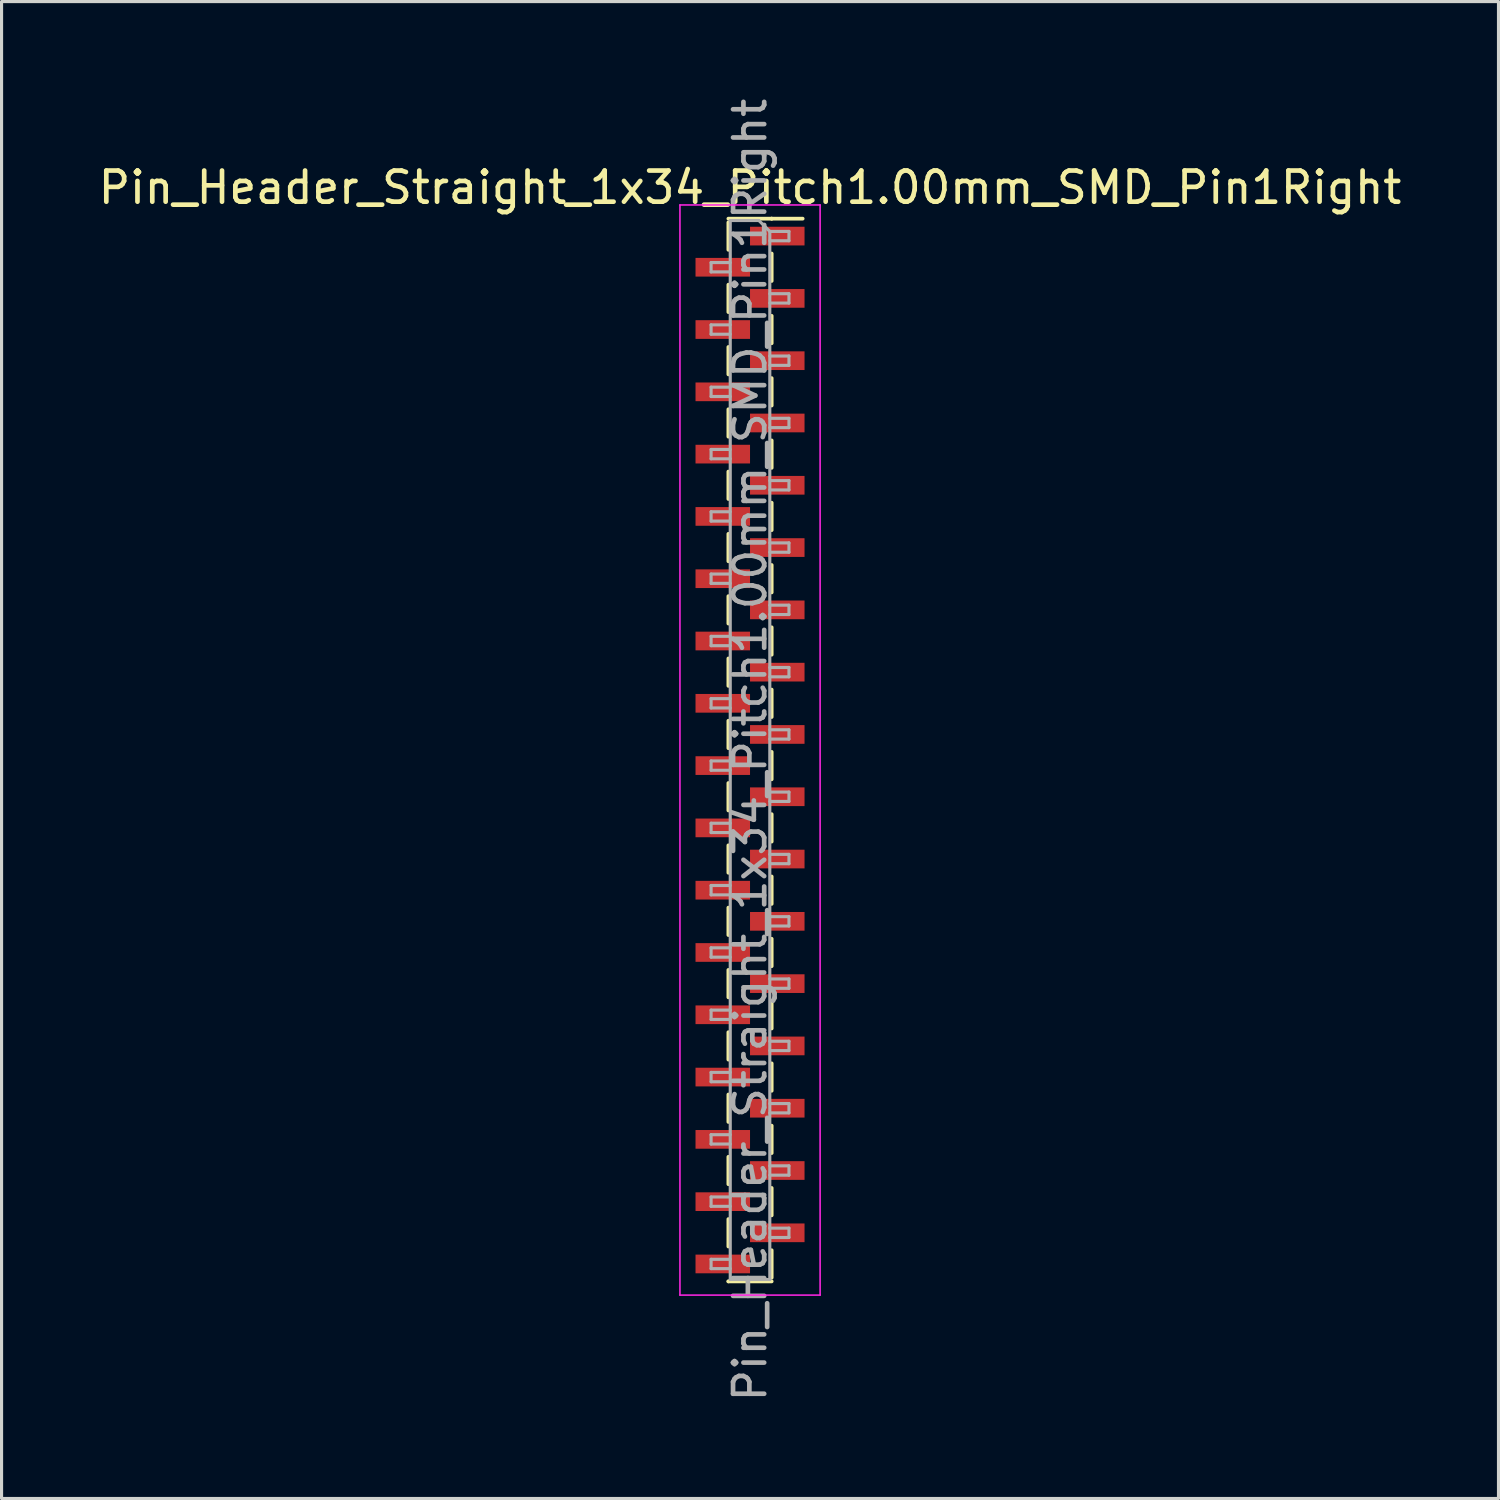
<source format=kicad_pcb>
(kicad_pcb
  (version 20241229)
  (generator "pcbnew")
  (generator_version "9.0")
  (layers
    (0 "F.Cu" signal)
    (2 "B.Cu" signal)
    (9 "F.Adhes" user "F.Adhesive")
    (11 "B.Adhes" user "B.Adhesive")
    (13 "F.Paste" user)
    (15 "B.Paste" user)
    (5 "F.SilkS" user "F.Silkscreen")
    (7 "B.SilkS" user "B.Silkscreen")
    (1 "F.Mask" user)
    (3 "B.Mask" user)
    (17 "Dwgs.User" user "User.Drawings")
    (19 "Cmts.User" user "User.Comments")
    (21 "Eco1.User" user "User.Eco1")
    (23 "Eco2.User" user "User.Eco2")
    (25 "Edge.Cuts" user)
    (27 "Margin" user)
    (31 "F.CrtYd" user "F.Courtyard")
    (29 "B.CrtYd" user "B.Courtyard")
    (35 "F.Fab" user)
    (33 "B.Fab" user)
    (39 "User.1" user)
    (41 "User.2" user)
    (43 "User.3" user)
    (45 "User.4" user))
  (footprint "Pin_Header_Straight_1x34_Pitch1.00mm_SMD_Pin1Right"
    (layer "F.Cu")
    (at 21.03 21.03)
    (property "Reference" "Pin_Header_Straight_1x34_Pitch1.00mm_SMD_Pin1Right" (at 0 -18.06 0) (layer "F.SilkS") (effects (font (size 1 1) (thickness 0.15))))
    (attr smd)
    (fp_line (start -0.695 -17.06) (end 0.695 -17.06) (stroke (width 0.12) (type solid)) (layer "F.SilkS"))
    (fp_line (start -0.695 -16.94) (end -0.695 -16.06) (stroke (width 0.12) (type solid)) (layer "F.SilkS"))
    (fp_line (start -0.695 -14.94) (end -0.695 -14.06) (stroke (width 0.12) (type solid)) (layer "F.SilkS"))
    (fp_line (start -0.695 -12.94) (end -0.695 -12.06) (stroke (width 0.12) (type solid)) (layer "F.SilkS"))
    (fp_line (start -0.695 -10.94) (end -0.695 -10.06) (stroke (width 0.12) (type solid)) (layer "F.SilkS"))
    (fp_line (start -0.695 -8.94) (end -0.695 -8.06) (stroke (width 0.12) (type solid)) (layer "F.SilkS"))
    (fp_line (start -0.695 -6.94) (end -0.695 -6.06) (stroke (width 0.12) (type solid)) (layer "F.SilkS"))
    (fp_line (start -0.695 -4.94) (end -0.695 -4.06) (stroke (width 0.12) (type solid)) (layer "F.SilkS"))
    (fp_line (start -0.695 -2.94) (end -0.695 -2.06) (stroke (width 0.12) (type solid)) (layer "F.SilkS"))
    (fp_line (start -0.695 -0.94) (end -0.695 -0.06) (stroke (width 0.12) (type solid)) (layer "F.SilkS"))
    (fp_line (start -0.695 1.06) (end -0.695 1.94) (stroke (width 0.12) (type solid)) (layer "F.SilkS"))
    (fp_line (start -0.695 3.06) (end -0.695 3.94) (stroke (width 0.12) (type solid)) (layer "F.SilkS"))
    (fp_line (start -0.695 5.06) (end -0.695 5.94) (stroke (width 0.12) (type solid)) (layer "F.SilkS"))
    (fp_line (start -0.695 7.06) (end -0.695 7.94) (stroke (width 0.12) (type solid)) (layer "F.SilkS"))
    (fp_line (start -0.695 9.06) (end -0.695 9.94) (stroke (width 0.12) (type solid)) (layer "F.SilkS"))
    (fp_line (start -0.695 11.06) (end -0.695 11.94) (stroke (width 0.12) (type solid)) (layer "F.SilkS"))
    (fp_line (start -0.695 13.06) (end -0.695 13.94) (stroke (width 0.12) (type solid)) (layer "F.SilkS"))
    (fp_line (start -0.695 15.06) (end -0.695 15.94) (stroke (width 0.12) (type solid)) (layer "F.SilkS"))
    (fp_line (start -0.695 17.06) (end -0.695 17.06) (stroke (width 0.12) (type solid)) (layer "F.SilkS"))
    (fp_line (start -0.695 17.06) (end 0.695 17.06) (stroke (width 0.12) (type solid)) (layer "F.SilkS"))
    (fp_line (start 0.695 -17.06) (end 0.695 -17.06) (stroke (width 0.12) (type solid)) (layer "F.SilkS"))
    (fp_line (start 0.695 -17.06) (end 1.69 -17.06) (stroke (width 0.12) (type solid)) (layer "F.SilkS"))
    (fp_line (start 0.695 -15.94) (end 0.695 -15.06) (stroke (width 0.12) (type solid)) (layer "F.SilkS"))
    (fp_line (start 0.695 -13.94) (end 0.695 -13.06) (stroke (width 0.12) (type solid)) (layer "F.SilkS"))
    (fp_line (start 0.695 -11.94) (end 0.695 -11.06) (stroke (width 0.12) (type solid)) (layer "F.SilkS"))
    (fp_line (start 0.695 -9.94) (end 0.695 -9.06) (stroke (width 0.12) (type solid)) (layer "F.SilkS"))
    (fp_line (start 0.695 -7.94) (end 0.695 -7.06) (stroke (width 0.12) (type solid)) (layer "F.SilkS"))
    (fp_line (start 0.695 -5.94) (end 0.695 -5.06) (stroke (width 0.12) (type solid)) (layer "F.SilkS"))
    (fp_line (start 0.695 -3.94) (end 0.695 -3.06) (stroke (width 0.12) (type solid)) (layer "F.SilkS"))
    (fp_line (start 0.695 -1.94) (end 0.695 -1.06) (stroke (width 0.12) (type solid)) (layer "F.SilkS"))
    (fp_line (start 0.695 0.06) (end 0.695 0.94) (stroke (width 0.12) (type solid)) (layer "F.SilkS"))
    (fp_line (start 0.695 2.06) (end 0.695 2.94) (stroke (width 0.12) (type solid)) (layer "F.SilkS"))
    (fp_line (start 0.695 4.06) (end 0.695 4.94) (stroke (width 0.12) (type solid)) (layer "F.SilkS"))
    (fp_line (start 0.695 6.06) (end 0.695 6.94) (stroke (width 0.12) (type solid)) (layer "F.SilkS"))
    (fp_line (start 0.695 8.06) (end 0.695 8.94) (stroke (width 0.12) (type solid)) (layer "F.SilkS"))
    (fp_line (start 0.695 10.06) (end 0.695 10.94) (stroke (width 0.12) (type solid)) (layer "F.SilkS"))
    (fp_line (start 0.695 12.06) (end 0.695 12.94) (stroke (width 0.12) (type solid)) (layer "F.SilkS"))
    (fp_line (start 0.695 14.06) (end 0.695 14.94) (stroke (width 0.12) (type solid)) (layer "F.SilkS"))
    (fp_line (start 0.695 16.06) (end 0.695 16.94) (stroke (width 0.12) (type solid)) (layer "F.SilkS"))
    (fp_line (start -2.25 -17.5) (end -2.25 17.5) (stroke (width 0.05) (type solid)) (layer "F.CrtYd"))
    (fp_line (start -2.25 17.5) (end 2.25 17.5) (stroke (width 0.05) (type solid)) (layer "F.CrtYd"))
    (fp_line (start 2.25 -17.5) (end -2.25 -17.5) (stroke (width 0.05) (type solid)) (layer "F.CrtYd"))
    (fp_line (start 2.25 17.5) (end 2.25 -17.5) (stroke (width 0.05) (type solid)) (layer "F.CrtYd"))
    (fp_line (start -1.25 -15.65) (end -1.25 -15.35) (stroke (width 0.1) (type solid)) (layer "F.Fab"))
    (fp_line (start -1.25 -15.35) (end -0.635 -15.35) (stroke (width 0.1) (type solid)) (layer "F.Fab"))
    (fp_line (start -1.25 -13.65) (end -1.25 -13.35) (stroke (width 0.1) (type solid)) (layer "F.Fab"))
    (fp_line (start -1.25 -13.35) (end -0.635 -13.35) (stroke (width 0.1) (type solid)) (layer "F.Fab"))
    (fp_line (start -1.25 -11.65) (end -1.25 -11.35) (stroke (width 0.1) (type solid)) (layer "F.Fab"))
    (fp_line (start -1.25 -11.35) (end -0.635 -11.35) (stroke (width 0.1) (type solid)) (layer "F.Fab"))
    (fp_line (start -1.25 -9.65) (end -1.25 -9.35) (stroke (width 0.1) (type solid)) (layer "F.Fab"))
    (fp_line (start -1.25 -9.35) (end -0.635 -9.35) (stroke (width 0.1) (type solid)) (layer "F.Fab"))
    (fp_line (start -1.25 -7.65) (end -1.25 -7.35) (stroke (width 0.1) (type solid)) (layer "F.Fab"))
    (fp_line (start -1.25 -7.35) (end -0.635 -7.35) (stroke (width 0.1) (type solid)) (layer "F.Fab"))
    (fp_line (start -1.25 -5.65) (end -1.25 -5.35) (stroke (width 0.1) (type solid)) (layer "F.Fab"))
    (fp_line (start -1.25 -5.35) (end -0.635 -5.35) (stroke (width 0.1) (type solid)) (layer "F.Fab"))
    (fp_line (start -1.25 -3.65) (end -1.25 -3.35) (stroke (width 0.1) (type solid)) (layer "F.Fab"))
    (fp_line (start -1.25 -3.35) (end -0.635 -3.35) (stroke (width 0.1) (type solid)) (layer "F.Fab"))
    (fp_line (start -1.25 -1.65) (end -1.25 -1.35) (stroke (width 0.1) (type solid)) (layer "F.Fab"))
    (fp_line (start -1.25 -1.35) (end -0.635 -1.35) (stroke (width 0.1) (type solid)) (layer "F.Fab"))
    (fp_line (start -1.25 0.35) (end -1.25 0.65) (stroke (width 0.1) (type solid)) (layer "F.Fab"))
    (fp_line (start -1.25 0.65) (end -0.635 0.65) (stroke (width 0.1) (type solid)) (layer "F.Fab"))
    (fp_line (start -1.25 2.35) (end -1.25 2.65) (stroke (width 0.1) (type solid)) (layer "F.Fab"))
    (fp_line (start -1.25 2.65) (end -0.635 2.65) (stroke (width 0.1) (type solid)) (layer "F.Fab"))
    (fp_line (start -1.25 4.35) (end -1.25 4.65) (stroke (width 0.1) (type solid)) (layer "F.Fab"))
    (fp_line (start -1.25 4.65) (end -0.635 4.65) (stroke (width 0.1) (type solid)) (layer "F.Fab"))
    (fp_line (start -1.25 6.35) (end -1.25 6.65) (stroke (width 0.1) (type solid)) (layer "F.Fab"))
    (fp_line (start -1.25 6.65) (end -0.635 6.65) (stroke (width 0.1) (type solid)) (layer "F.Fab"))
    (fp_line (start -1.25 8.35) (end -1.25 8.65) (stroke (width 0.1) (type solid)) (layer "F.Fab"))
    (fp_line (start -1.25 8.65) (end -0.635 8.65) (stroke (width 0.1) (type solid)) (layer "F.Fab"))
    (fp_line (start -1.25 10.35) (end -1.25 10.65) (stroke (width 0.1) (type solid)) (layer "F.Fab"))
    (fp_line (start -1.25 10.65) (end -0.635 10.65) (stroke (width 0.1) (type solid)) (layer "F.Fab"))
    (fp_line (start -1.25 12.35) (end -1.25 12.65) (stroke (width 0.1) (type solid)) (layer "F.Fab"))
    (fp_line (start -1.25 12.65) (end -0.635 12.65) (stroke (width 0.1) (type solid)) (layer "F.Fab"))
    (fp_line (start -1.25 14.35) (end -1.25 14.65) (stroke (width 0.1) (type solid)) (layer "F.Fab"))
    (fp_line (start -1.25 14.65) (end -0.635 14.65) (stroke (width 0.1) (type solid)) (layer "F.Fab"))
    (fp_line (start -1.25 16.35) (end -1.25 16.65) (stroke (width 0.1) (type solid)) (layer "F.Fab"))
    (fp_line (start -1.25 16.65) (end -0.635 16.65) (stroke (width 0.1) (type solid)) (layer "F.Fab"))
    (fp_line (start -0.635 -17) (end -0.635 17) (stroke (width 0.1) (type solid)) (layer "F.Fab"))
    (fp_line (start -0.635 -17) (end 0.285 -17) (stroke (width 0.1) (type solid)) (layer "F.Fab"))
    (fp_line (start -0.635 -15.65) (end -1.25 -15.65) (stroke (width 0.1) (type solid)) (layer "F.Fab"))
    (fp_line (start -0.635 -13.65) (end -1.25 -13.65) (stroke (width 0.1) (type solid)) (layer "F.Fab"))
    (fp_line (start -0.635 -11.65) (end -1.25 -11.65) (stroke (width 0.1) (type solid)) (layer "F.Fab"))
    (fp_line (start -0.635 -9.65) (end -1.25 -9.65) (stroke (width 0.1) (type solid)) (layer "F.Fab"))
    (fp_line (start -0.635 -7.65) (end -1.25 -7.65) (stroke (width 0.1) (type solid)) (layer "F.Fab"))
    (fp_line (start -0.635 -5.65) (end -1.25 -5.65) (stroke (width 0.1) (type solid)) (layer "F.Fab"))
    (fp_line (start -0.635 -3.65) (end -1.25 -3.65) (stroke (width 0.1) (type solid)) (layer "F.Fab"))
    (fp_line (start -0.635 -1.65) (end -1.25 -1.65) (stroke (width 0.1) (type solid)) (layer "F.Fab"))
    (fp_line (start -0.635 0.35) (end -1.25 0.35) (stroke (width 0.1) (type solid)) (layer "F.Fab"))
    (fp_line (start -0.635 2.35) (end -1.25 2.35) (stroke (width 0.1) (type solid)) (layer "F.Fab"))
    (fp_line (start -0.635 4.35) (end -1.25 4.35) (stroke (width 0.1) (type solid)) (layer "F.Fab"))
    (fp_line (start -0.635 6.35) (end -1.25 6.35) (stroke (width 0.1) (type solid)) (layer "F.Fab"))
    (fp_line (start -0.635 8.35) (end -1.25 8.35) (stroke (width 0.1) (type solid)) (layer "F.Fab"))
    (fp_line (start -0.635 10.35) (end -1.25 10.35) (stroke (width 0.1) (type solid)) (layer "F.Fab"))
    (fp_line (start -0.635 12.35) (end -1.25 12.35) (stroke (width 0.1) (type solid)) (layer "F.Fab"))
    (fp_line (start -0.635 14.35) (end -1.25 14.35) (stroke (width 0.1) (type solid)) (layer "F.Fab"))
    (fp_line (start -0.635 16.35) (end -1.25 16.35) (stroke (width 0.1) (type solid)) (layer "F.Fab"))
    (fp_line (start 0.635 -16.65) (end 0.285 -17) (stroke (width 0.1) (type solid)) (layer "F.Fab"))
    (fp_line (start 0.635 -16.65) (end 1.25 -16.65) (stroke (width 0.1) (type solid)) (layer "F.Fab"))
    (fp_line (start 0.635 -14.65) (end 1.25 -14.65) (stroke (width 0.1) (type solid)) (layer "F.Fab"))
    (fp_line (start 0.635 -12.65) (end 1.25 -12.65) (stroke (width 0.1) (type solid)) (layer "F.Fab"))
    (fp_line (start 0.635 -10.65) (end 1.25 -10.65) (stroke (width 0.1) (type solid)) (layer "F.Fab"))
    (fp_line (start 0.635 -8.65) (end 1.25 -8.65) (stroke (width 0.1) (type solid)) (layer "F.Fab"))
    (fp_line (start 0.635 -6.65) (end 1.25 -6.65) (stroke (width 0.1) (type solid)) (layer "F.Fab"))
    (fp_line (start 0.635 -4.65) (end 1.25 -4.65) (stroke (width 0.1) (type solid)) (layer "F.Fab"))
    (fp_line (start 0.635 -2.65) (end 1.25 -2.65) (stroke (width 0.1) (type solid)) (layer "F.Fab"))
    (fp_line (start 0.635 -0.65) (end 1.25 -0.65) (stroke (width 0.1) (type solid)) (layer "F.Fab"))
    (fp_line (start 0.635 1.35) (end 1.25 1.35) (stroke (width 0.1) (type solid)) (layer "F.Fab"))
    (fp_line (start 0.635 3.35) (end 1.25 3.35) (stroke (width 0.1) (type solid)) (layer "F.Fab"))
    (fp_line (start 0.635 5.35) (end 1.25 5.35) (stroke (width 0.1) (type solid)) (layer "F.Fab"))
    (fp_line (start 0.635 7.35) (end 1.25 7.35) (stroke (width 0.1) (type solid)) (layer "F.Fab"))
    (fp_line (start 0.635 9.35) (end 1.25 9.35) (stroke (width 0.1) (type solid)) (layer "F.Fab"))
    (fp_line (start 0.635 11.35) (end 1.25 11.35) (stroke (width 0.1) (type solid)) (layer "F.Fab"))
    (fp_line (start 0.635 13.35) (end 1.25 13.35) (stroke (width 0.1) (type solid)) (layer "F.Fab"))
    (fp_line (start 0.635 15.35) (end 1.25 15.35) (stroke (width 0.1) (type solid)) (layer "F.Fab"))
    (fp_line (start 0.635 17) (end -0.635 17) (stroke (width 0.1) (type solid)) (layer "F.Fab"))
    (fp_line (start 0.635 17) (end 0.635 -16.65) (stroke (width 0.1) (type solid)) (layer "F.Fab"))
    (fp_line (start 1.25 -16.65) (end 1.25 -16.35) (stroke (width 0.1) (type solid)) (layer "F.Fab"))
    (fp_line (start 1.25 -16.35) (end 0.635 -16.35) (stroke (width 0.1) (type solid)) (layer "F.Fab"))
    (fp_line (start 1.25 -14.65) (end 1.25 -14.35) (stroke (width 0.1) (type solid)) (layer "F.Fab"))
    (fp_line (start 1.25 -14.35) (end 0.635 -14.35) (stroke (width 0.1) (type solid)) (layer "F.Fab"))
    (fp_line (start 1.25 -12.65) (end 1.25 -12.35) (stroke (width 0.1) (type solid)) (layer "F.Fab"))
    (fp_line (start 1.25 -12.35) (end 0.635 -12.35) (stroke (width 0.1) (type solid)) (layer "F.Fab"))
    (fp_line (start 1.25 -10.65) (end 1.25 -10.35) (stroke (width 0.1) (type solid)) (layer "F.Fab"))
    (fp_line (start 1.25 -10.35) (end 0.635 -10.35) (stroke (width 0.1) (type solid)) (layer "F.Fab"))
    (fp_line (start 1.25 -8.65) (end 1.25 -8.35) (stroke (width 0.1) (type solid)) (layer "F.Fab"))
    (fp_line (start 1.25 -8.35) (end 0.635 -8.35) (stroke (width 0.1) (type solid)) (layer "F.Fab"))
    (fp_line (start 1.25 -6.65) (end 1.25 -6.35) (stroke (width 0.1) (type solid)) (layer "F.Fab"))
    (fp_line (start 1.25 -6.35) (end 0.635 -6.35) (stroke (width 0.1) (type solid)) (layer "F.Fab"))
    (fp_line (start 1.25 -4.65) (end 1.25 -4.35) (stroke (width 0.1) (type solid)) (layer "F.Fab"))
    (fp_line (start 1.25 -4.35) (end 0.635 -4.35) (stroke (width 0.1) (type solid)) (layer "F.Fab"))
    (fp_line (start 1.25 -2.65) (end 1.25 -2.35) (stroke (width 0.1) (type solid)) (layer "F.Fab"))
    (fp_line (start 1.25 -2.35) (end 0.635 -2.35) (stroke (width 0.1) (type solid)) (layer "F.Fab"))
    (fp_line (start 1.25 -0.65) (end 1.25 -0.35) (stroke (width 0.1) (type solid)) (layer "F.Fab"))
    (fp_line (start 1.25 -0.35) (end 0.635 -0.35) (stroke (width 0.1) (type solid)) (layer "F.Fab"))
    (fp_line (start 1.25 1.35) (end 1.25 1.65) (stroke (width 0.1) (type solid)) (layer "F.Fab"))
    (fp_line (start 1.25 1.65) (end 0.635 1.65) (stroke (width 0.1) (type solid)) (layer "F.Fab"))
    (fp_line (start 1.25 3.35) (end 1.25 3.65) (stroke (width 0.1) (type solid)) (layer "F.Fab"))
    (fp_line (start 1.25 3.65) (end 0.635 3.65) (stroke (width 0.1) (type solid)) (layer "F.Fab"))
    (fp_line (start 1.25 5.35) (end 1.25 5.65) (stroke (width 0.1) (type solid)) (layer "F.Fab"))
    (fp_line (start 1.25 5.65) (end 0.635 5.65) (stroke (width 0.1) (type solid)) (layer "F.Fab"))
    (fp_line (start 1.25 7.35) (end 1.25 7.65) (stroke (width 0.1) (type solid)) (layer "F.Fab"))
    (fp_line (start 1.25 7.65) (end 0.635 7.65) (stroke (width 0.1) (type solid)) (layer "F.Fab"))
    (fp_line (start 1.25 9.35) (end 1.25 9.65) (stroke (width 0.1) (type solid)) (layer "F.Fab"))
    (fp_line (start 1.25 9.65) (end 0.635 9.65) (stroke (width 0.1) (type solid)) (layer "F.Fab"))
    (fp_line (start 1.25 11.35) (end 1.25 11.65) (stroke (width 0.1) (type solid)) (layer "F.Fab"))
    (fp_line (start 1.25 11.65) (end 0.635 11.65) (stroke (width 0.1) (type solid)) (layer "F.Fab"))
    (fp_line (start 1.25 13.35) (end 1.25 13.65) (stroke (width 0.1) (type solid)) (layer "F.Fab"))
    (fp_line (start 1.25 13.65) (end 0.635 13.65) (stroke (width 0.1) (type solid)) (layer "F.Fab"))
    (fp_line (start 1.25 15.35) (end 1.25 15.65) (stroke (width 0.1) (type solid)) (layer "F.Fab"))
    (fp_line (start 1.25 15.65) (end 0.635 15.65) (stroke (width 0.1) (type solid)) (layer "F.Fab"))
    (fp_text user "${REFERENCE}" (at 0 0 90) (layer "F.Fab") (effects (font (size 1 1) (thickness 0.15))))
    (pad "1" smd rect (at 0.875 -16.5) (size 1.75 0.6) (layers "F.Cu" "F.Mask" "F.Paste"))
    (pad "2" smd rect (at -0.875 -15.5) (size 1.75 0.6) (layers "F.Cu" "F.Mask" "F.Paste"))
    (pad "3" smd rect (at 0.875 -14.5) (size 1.75 0.6) (layers "F.Cu" "F.Mask" "F.Paste"))
    (pad "4" smd rect (at -0.875 -13.5) (size 1.75 0.6) (layers "F.Cu" "F.Mask" "F.Paste"))
    (pad "5" smd rect (at 0.875 -12.5) (size 1.75 0.6) (layers "F.Cu" "F.Mask" "F.Paste"))
    (pad "6" smd rect (at -0.875 -11.5) (size 1.75 0.6) (layers "F.Cu" "F.Mask" "F.Paste"))
    (pad "7" smd rect (at 0.875 -10.5) (size 1.75 0.6) (layers "F.Cu" "F.Mask" "F.Paste"))
    (pad "8" smd rect (at -0.875 -9.5) (size 1.75 0.6) (layers "F.Cu" "F.Mask" "F.Paste"))
    (pad "9" smd rect (at 0.875 -8.5) (size 1.75 0.6) (layers "F.Cu" "F.Mask" "F.Paste"))
    (pad "10" smd rect (at -0.875 -7.5) (size 1.75 0.6) (layers "F.Cu" "F.Mask" "F.Paste"))
    (pad "11" smd rect (at 0.875 -6.5) (size 1.75 0.6) (layers "F.Cu" "F.Mask" "F.Paste"))
    (pad "12" smd rect (at -0.875 -5.5) (size 1.75 0.6) (layers "F.Cu" "F.Mask" "F.Paste"))
    (pad "13" smd rect (at 0.875 -4.5) (size 1.75 0.6) (layers "F.Cu" "F.Mask" "F.Paste"))
    (pad "14" smd rect (at -0.875 -3.5) (size 1.75 0.6) (layers "F.Cu" "F.Mask" "F.Paste"))
    (pad "15" smd rect (at 0.875 -2.5) (size 1.75 0.6) (layers "F.Cu" "F.Mask" "F.Paste"))
    (pad "16" smd rect (at -0.875 -1.5) (size 1.75 0.6) (layers "F.Cu" "F.Mask" "F.Paste"))
    (pad "17" smd rect (at 0.875 -0.5) (size 1.75 0.6) (layers "F.Cu" "F.Mask" "F.Paste"))
    (pad "18" smd rect (at -0.875 0.5) (size 1.75 0.6) (layers "F.Cu" "F.Mask" "F.Paste"))
    (pad "19" smd rect (at 0.875 1.5) (size 1.75 0.6) (layers "F.Cu" "F.Mask" "F.Paste"))
    (pad "20" smd rect (at -0.875 2.5) (size 1.75 0.6) (layers "F.Cu" "F.Mask" "F.Paste"))
    (pad "21" smd rect (at 0.875 3.5) (size 1.75 0.6) (layers "F.Cu" "F.Mask" "F.Paste"))
    (pad "22" smd rect (at -0.875 4.5) (size 1.75 0.6) (layers "F.Cu" "F.Mask" "F.Paste"))
    (pad "23" smd rect (at 0.875 5.5) (size 1.75 0.6) (layers "F.Cu" "F.Mask" "F.Paste"))
    (pad "24" smd rect (at -0.875 6.5) (size 1.75 0.6) (layers "F.Cu" "F.Mask" "F.Paste"))
    (pad "25" smd rect (at 0.875 7.5) (size 1.75 0.6) (layers "F.Cu" "F.Mask" "F.Paste"))
    (pad "26" smd rect (at -0.875 8.5) (size 1.75 0.6) (layers "F.Cu" "F.Mask" "F.Paste"))
    (pad "27" smd rect (at 0.875 9.5) (size 1.75 0.6) (layers "F.Cu" "F.Mask" "F.Paste"))
    (pad "28" smd rect (at -0.875 10.5) (size 1.75 0.6) (layers "F.Cu" "F.Mask" "F.Paste"))
    (pad "29" smd rect (at 0.875 11.5) (size 1.75 0.6) (layers "F.Cu" "F.Mask" "F.Paste"))
    (pad "30" smd rect (at -0.875 12.5) (size 1.75 0.6) (layers "F.Cu" "F.Mask" "F.Paste"))
    (pad "31" smd rect (at 0.875 13.5) (size 1.75 0.6) (layers "F.Cu" "F.Mask" "F.Paste"))
    (pad "32" smd rect (at -0.875 14.5) (size 1.75 0.6) (layers "F.Cu" "F.Mask" "F.Paste"))
    (pad "33" smd rect (at 0.875 15.5) (size 1.75 0.6) (layers "F.Cu" "F.Mask" "F.Paste"))
    (pad "34" smd rect (at -0.875 16.5) (size 1.75 0.6) (layers "F.Cu" "F.Mask" "F.Paste")))
  (gr_rect
    (start -3 -3)
    (end 45.06 45.06)
    (stroke (width 0.1) (type default))
    (fill no)
    (layer "Edge.Cuts")))
</source>
